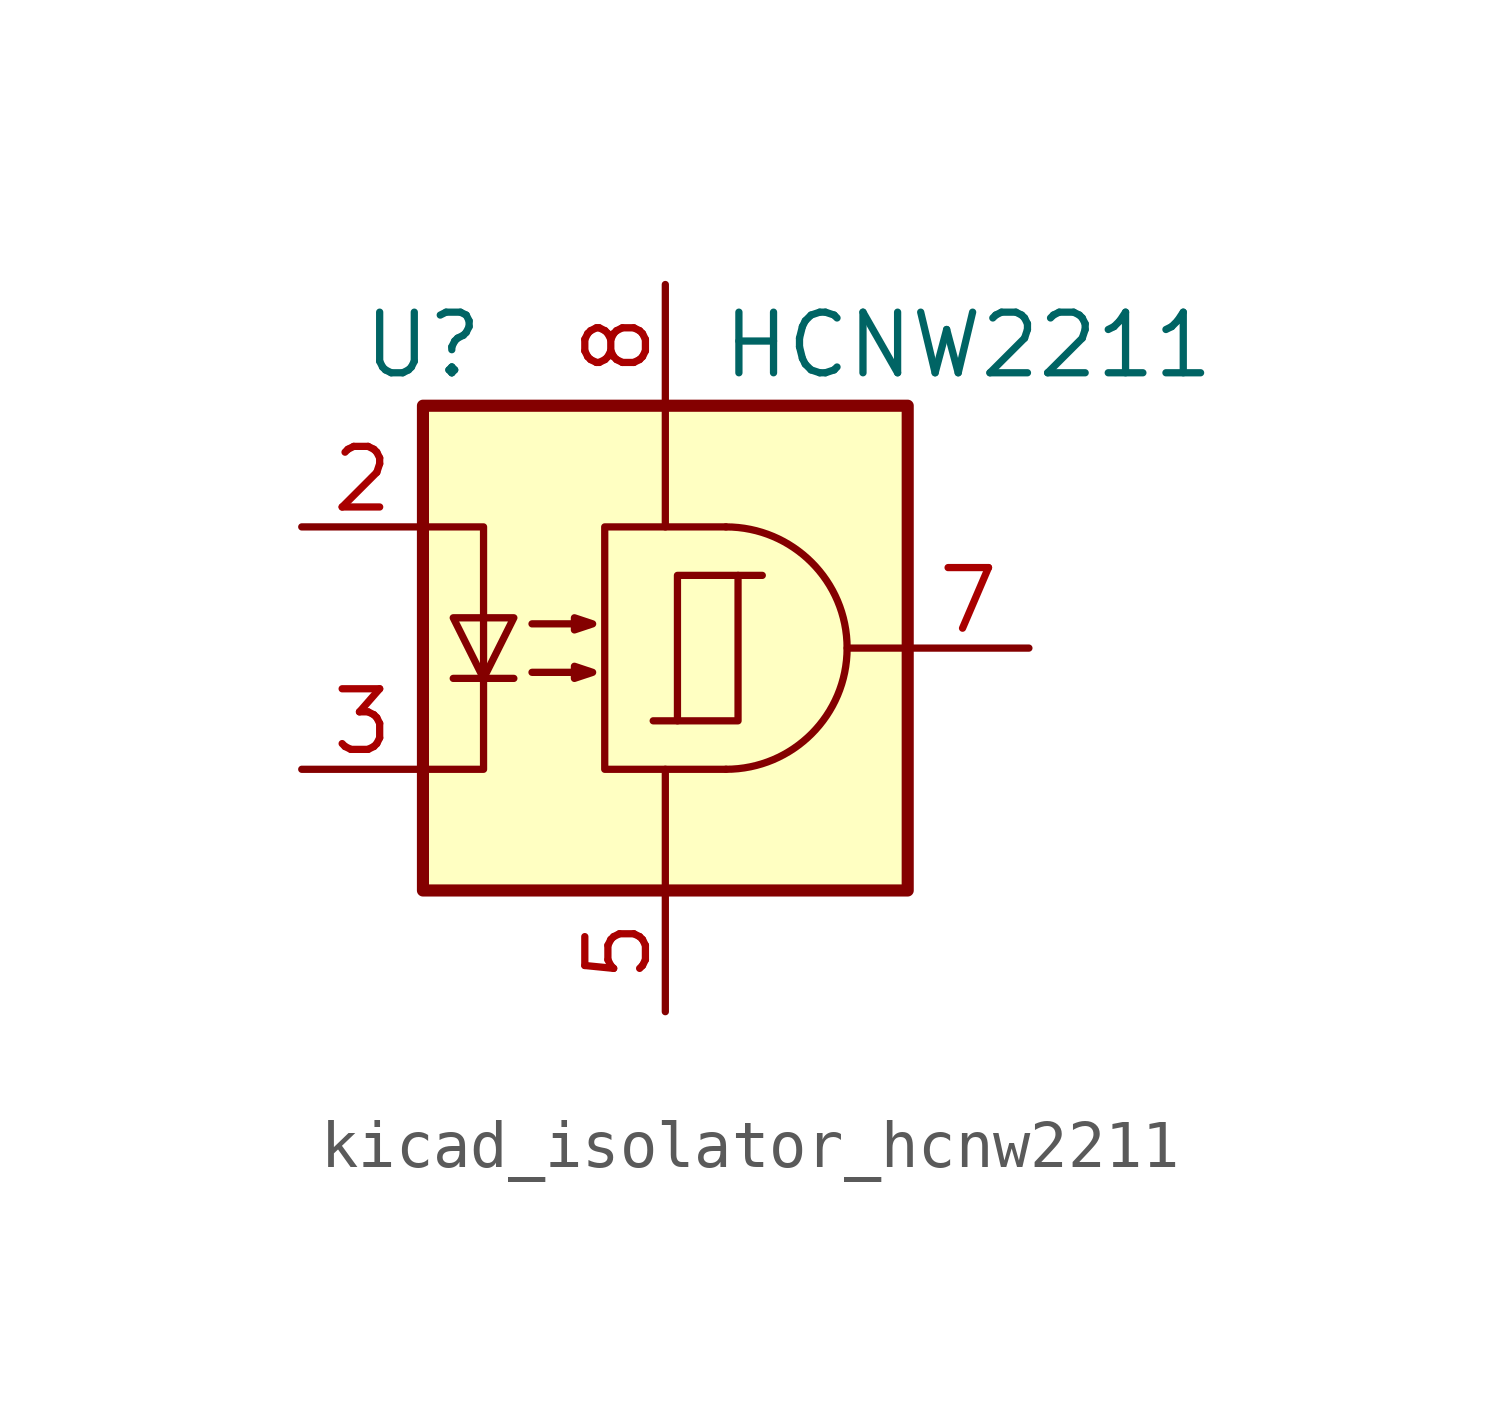
<source format=kicad_sym>
(kicad_symbol_lib
  (version 20220914)
  (generator kicad_symbol_editor)
  (symbol "kicad_isolator_hcnw2211"
    (property "Reference" "U"
      (at -5.08 6.35 0)
      (effects (font (size 1.27 1.27))))
    (property "Value" "HCNW2211"
      (at 6.35 6.35 0)
      (effects (font (size 1.27 1.27))))
    (symbol "kicad_isolator_hcnw2211_0_1"
      (polyline (pts (xy 5.08 0) (xy 3.81 0)) (stroke (width 0) (type default)) (fill (type none))))
    (symbol "kicad_isolator_hcnw2211_1_1"
      (rectangle (start -5.08 5.08) (end 5.08 -5.08) (stroke (width 0.254) (type default)) (fill (type background)))
      (polyline (pts (xy -4.445 -0.635) (xy -3.175 -0.635)) (stroke (width 0) (type default)) (fill (type none)))
      (polyline (pts (xy 0 2.54) (xy 0 5.08)) (stroke (width 0) (type default)) (fill (type none)))
      (polyline (pts (xy 0.254 -1.524) (xy -0.254 -1.524)) (stroke (width 0) (type default)) (fill (type none)))
      (polyline (pts (xy 1.524 1.524) (xy 2.032 1.524)) (stroke (width 0) (type default)) (fill (type none)))
      (polyline (pts (xy 0 -2.54) (xy 0 -5.08) (xy 0 -3.81)) (stroke (width 0) (type default)) (fill (type none)))
      (polyline (pts (xy -5.08 -2.54) (xy -3.81 -2.54) (xy -3.81 2.54) (xy -5.08 2.54)) (stroke (width 0) (type default)) (fill (type none)))
      (polyline (pts (xy -3.81 -0.635) (xy -4.445 0.635) (xy -3.175 0.635) (xy -3.81 -0.635)) (stroke (width 0) (type default)) (fill (type none)))
      (polyline (pts (xy 1.27 -2.54) (xy -1.27 -2.54) (xy -1.27 2.54) (xy 1.27 2.54)) (stroke (width 0) (type default)) (fill (type none)))
      (polyline (pts (xy -2.794 -0.508) (xy -1.524 -0.508) (xy -1.905 -0.635) (xy -1.905 -0.381) (xy -1.524 -0.508)) (stroke (width 0) (type default)) (fill (type none)))
      (polyline (pts (xy -2.794 0.508) (xy -1.524 0.508) (xy -1.905 0.381) (xy -1.905 0.635) (xy -1.524 0.508)) (stroke (width 0) (type default)) (fill (type none)))
      (rectangle (start 0.254 1.524) (end 1.524 -1.524) (stroke (width 0) (type default)) (fill (type none)))
      (arc (start 1.27 -2.54) (mid 3.799 0) (end 1.27 2.54) (stroke (width 0) (type default)) (fill (type none)))
      (pin no_connect line (at -5.08 0 0) (length 2.54) hide (name "~" (effects (font (size 1.27 1.27)))) (number "1" (effects (font (size 1.27 1.27)))))
      (pin passive line (at -7.62 2.54 0) (length 2.54) (name "~" (effects (font (size 1.27 1.27)))) (number "2" (effects (font (size 1.27 1.27)))))
      (pin passive line (at -7.62 -2.54 0) (length 2.54) (name "~" (effects (font (size 1.27 1.27)))) (number "3" (effects (font (size 1.27 1.27)))))
      (pin no_connect line (at -5.08 -5.08 0) (length 2.54) hide (name "~" (effects (font (size 1.27 1.27)))) (number "4" (effects (font (size 1.27 1.27)))))
      (pin power_in line (at 0 -7.62 90) (length 2.54) (name "~" (effects (font (size 1.27 1.27)))) (number "5" (effects (font (size 1.27 1.27)))))
      (pin no_connect line (at 5.08 -2.54 180) (length 2.54) hide (name "~" (effects (font (size 1.27 1.27)))) (number "6" (effects (font (size 1.27 1.27)))))
      (pin output line (at 7.62 0 180) (length 2.54) (name "~" (effects (font (size 1.27 1.27)))) (number "7" (effects (font (size 1.27 1.27)))))
      (pin power_in line (at 0 7.62 270) (length 2.54) (name "~" (effects (font (size 1.27 1.27)))) (number "8" (effects (font (size 1.27 1.27))))))))
</source>
